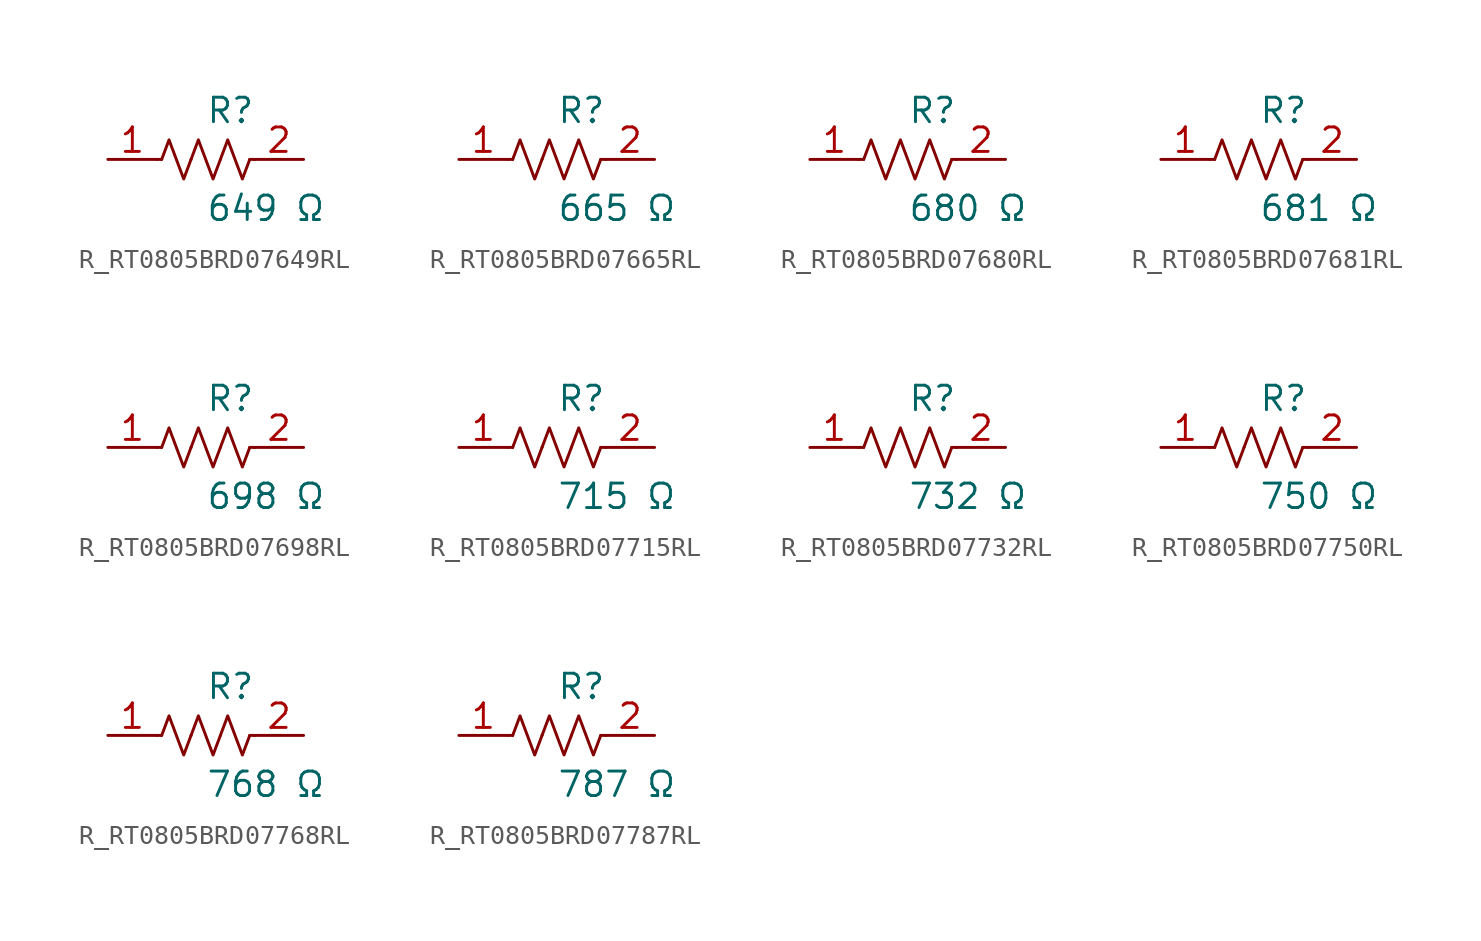
<source format=kicad_sym>
(kicad_symbol_lib
  (version 20231120)
  (generator kicad_symbol_editor)
  (generator_version 8.0)
  (symbol "R_RT0805BRD07649RL"
    (pin_names
      (offset 0.254))
    (property "Reference" "R"
      (at 0.0 2.54 0)
      (effects (font (size 1.27 1.27)) (justify left)))
    (property "Value" "649 Ω"
      (at 0.0 -2.54 0)
      (effects (font (size 1.27 1.27)) (justify left)))
    (symbol "R_RT0805BRD07649RL_0_1"
      (polyline (pts (xy 2.286 0) (xy 2.54 0)) (stroke (width 0) (type default)) (fill (type none)))
      (polyline (pts (xy -2.286 0) (xy -2.54 0)) (stroke (width 0) (type default)) (fill (type none)))
      (polyline (pts (xy 0.762 0) (xy 1.143 1.016) (xy 1.524 0) (xy 1.905 -1.016) (xy 2.286 0)) (stroke (width 0) (type default)) (fill (type none)))
      (polyline (pts (xy -0.762 0) (xy -0.381 1.016) (xy 0 0) (xy 0.381 -1.016) (xy 0.762 0)) (stroke (width 0) (type default)) (fill (type none)))
      (polyline (pts (xy -2.286 0) (xy -1.905 1.016) (xy -1.524 0) (xy -1.143 -1.016) (xy -0.762 0)) (stroke (width 0) (type default)) (fill (type none))))
    (pin unspecified line
      (at -5.08 0 0)
      (length 2.54)
      (name "" (effects (font (size 1.27 1.27))))
      (number "1" (effects (font (size 1.27 1.27)))))
    (pin unspecified line
      (at 5.08 0 180)
      (length 2.54)
      (name "" (effects (font (size 1.27 1.27))))
      (number "2" (effects (font (size 1.27 1.27))))))
  (symbol "R_RT0805BRD07665RL"
    (pin_names
      (offset 0.254))
    (property "Reference" "R"
      (at 0.0 2.54 0)
      (effects (font (size 1.27 1.27)) (justify left)))
    (property "Value" "665 Ω"
      (at 0.0 -2.54 0)
      (effects (font (size 1.27 1.27)) (justify left)))
    (symbol "R_RT0805BRD07665RL_0_1"
      (polyline (pts (xy 2.286 0) (xy 2.54 0)) (stroke (width 0) (type default)) (fill (type none)))
      (polyline (pts (xy -2.286 0) (xy -2.54 0)) (stroke (width 0) (type default)) (fill (type none)))
      (polyline (pts (xy 0.762 0) (xy 1.143 1.016) (xy 1.524 0) (xy 1.905 -1.016) (xy 2.286 0)) (stroke (width 0) (type default)) (fill (type none)))
      (polyline (pts (xy -0.762 0) (xy -0.381 1.016) (xy 0 0) (xy 0.381 -1.016) (xy 0.762 0)) (stroke (width 0) (type default)) (fill (type none)))
      (polyline (pts (xy -2.286 0) (xy -1.905 1.016) (xy -1.524 0) (xy -1.143 -1.016) (xy -0.762 0)) (stroke (width 0) (type default)) (fill (type none))))
    (pin unspecified line
      (at -5.08 0 0)
      (length 2.54)
      (name "" (effects (font (size 1.27 1.27))))
      (number "1" (effects (font (size 1.27 1.27)))))
    (pin unspecified line
      (at 5.08 0 180)
      (length 2.54)
      (name "" (effects (font (size 1.27 1.27))))
      (number "2" (effects (font (size 1.27 1.27))))))
  (symbol "R_RT0805BRD07680RL"
    (pin_names
      (offset 0.254))
    (property "Reference" "R"
      (at 0.0 2.54 0)
      (effects (font (size 1.27 1.27)) (justify left)))
    (property "Value" "680 Ω"
      (at 0.0 -2.54 0)
      (effects (font (size 1.27 1.27)) (justify left)))
    (symbol "R_RT0805BRD07680RL_0_1"
      (polyline (pts (xy 2.286 0) (xy 2.54 0)) (stroke (width 0) (type default)) (fill (type none)))
      (polyline (pts (xy -2.286 0) (xy -2.54 0)) (stroke (width 0) (type default)) (fill (type none)))
      (polyline (pts (xy 0.762 0) (xy 1.143 1.016) (xy 1.524 0) (xy 1.905 -1.016) (xy 2.286 0)) (stroke (width 0) (type default)) (fill (type none)))
      (polyline (pts (xy -0.762 0) (xy -0.381 1.016) (xy 0 0) (xy 0.381 -1.016) (xy 0.762 0)) (stroke (width 0) (type default)) (fill (type none)))
      (polyline (pts (xy -2.286 0) (xy -1.905 1.016) (xy -1.524 0) (xy -1.143 -1.016) (xy -0.762 0)) (stroke (width 0) (type default)) (fill (type none))))
    (pin unspecified line
      (at -5.08 0 0)
      (length 2.54)
      (name "" (effects (font (size 1.27 1.27))))
      (number "1" (effects (font (size 1.27 1.27)))))
    (pin unspecified line
      (at 5.08 0 180)
      (length 2.54)
      (name "" (effects (font (size 1.27 1.27))))
      (number "2" (effects (font (size 1.27 1.27))))))
  (symbol "R_RT0805BRD07681RL"
    (pin_names
      (offset 0.254))
    (property "Reference" "R"
      (at 0.0 2.54 0)
      (effects (font (size 1.27 1.27)) (justify left)))
    (property "Value" "681 Ω"
      (at 0.0 -2.54 0)
      (effects (font (size 1.27 1.27)) (justify left)))
    (symbol "R_RT0805BRD07681RL_0_1"
      (polyline (pts (xy 2.286 0) (xy 2.54 0)) (stroke (width 0) (type default)) (fill (type none)))
      (polyline (pts (xy -2.286 0) (xy -2.54 0)) (stroke (width 0) (type default)) (fill (type none)))
      (polyline (pts (xy 0.762 0) (xy 1.143 1.016) (xy 1.524 0) (xy 1.905 -1.016) (xy 2.286 0)) (stroke (width 0) (type default)) (fill (type none)))
      (polyline (pts (xy -0.762 0) (xy -0.381 1.016) (xy 0 0) (xy 0.381 -1.016) (xy 0.762 0)) (stroke (width 0) (type default)) (fill (type none)))
      (polyline (pts (xy -2.286 0) (xy -1.905 1.016) (xy -1.524 0) (xy -1.143 -1.016) (xy -0.762 0)) (stroke (width 0) (type default)) (fill (type none))))
    (pin unspecified line
      (at -5.08 0 0)
      (length 2.54)
      (name "" (effects (font (size 1.27 1.27))))
      (number "1" (effects (font (size 1.27 1.27)))))
    (pin unspecified line
      (at 5.08 0 180)
      (length 2.54)
      (name "" (effects (font (size 1.27 1.27))))
      (number "2" (effects (font (size 1.27 1.27))))))
  (symbol "R_RT0805BRD07698RL"
    (pin_names
      (offset 0.254))
    (property "Reference" "R"
      (at 0.0 2.54 0)
      (effects (font (size 1.27 1.27)) (justify left)))
    (property "Value" "698 Ω"
      (at 0.0 -2.54 0)
      (effects (font (size 1.27 1.27)) (justify left)))
    (symbol "R_RT0805BRD07698RL_0_1"
      (polyline (pts (xy 2.286 0) (xy 2.54 0)) (stroke (width 0) (type default)) (fill (type none)))
      (polyline (pts (xy -2.286 0) (xy -2.54 0)) (stroke (width 0) (type default)) (fill (type none)))
      (polyline (pts (xy 0.762 0) (xy 1.143 1.016) (xy 1.524 0) (xy 1.905 -1.016) (xy 2.286 0)) (stroke (width 0) (type default)) (fill (type none)))
      (polyline (pts (xy -0.762 0) (xy -0.381 1.016) (xy 0 0) (xy 0.381 -1.016) (xy 0.762 0)) (stroke (width 0) (type default)) (fill (type none)))
      (polyline (pts (xy -2.286 0) (xy -1.905 1.016) (xy -1.524 0) (xy -1.143 -1.016) (xy -0.762 0)) (stroke (width 0) (type default)) (fill (type none))))
    (pin unspecified line
      (at -5.08 0 0)
      (length 2.54)
      (name "" (effects (font (size 1.27 1.27))))
      (number "1" (effects (font (size 1.27 1.27)))))
    (pin unspecified line
      (at 5.08 0 180)
      (length 2.54)
      (name "" (effects (font (size 1.27 1.27))))
      (number "2" (effects (font (size 1.27 1.27))))))
  (symbol "R_RT0805BRD07715RL"
    (pin_names
      (offset 0.254))
    (property "Reference" "R"
      (at 0.0 2.54 0)
      (effects (font (size 1.27 1.27)) (justify left)))
    (property "Value" "715 Ω"
      (at 0.0 -2.54 0)
      (effects (font (size 1.27 1.27)) (justify left)))
    (symbol "R_RT0805BRD07715RL_0_1"
      (polyline (pts (xy 2.286 0) (xy 2.54 0)) (stroke (width 0) (type default)) (fill (type none)))
      (polyline (pts (xy -2.286 0) (xy -2.54 0)) (stroke (width 0) (type default)) (fill (type none)))
      (polyline (pts (xy 0.762 0) (xy 1.143 1.016) (xy 1.524 0) (xy 1.905 -1.016) (xy 2.286 0)) (stroke (width 0) (type default)) (fill (type none)))
      (polyline (pts (xy -0.762 0) (xy -0.381 1.016) (xy 0 0) (xy 0.381 -1.016) (xy 0.762 0)) (stroke (width 0) (type default)) (fill (type none)))
      (polyline (pts (xy -2.286 0) (xy -1.905 1.016) (xy -1.524 0) (xy -1.143 -1.016) (xy -0.762 0)) (stroke (width 0) (type default)) (fill (type none))))
    (pin unspecified line
      (at -5.08 0 0)
      (length 2.54)
      (name "" (effects (font (size 1.27 1.27))))
      (number "1" (effects (font (size 1.27 1.27)))))
    (pin unspecified line
      (at 5.08 0 180)
      (length 2.54)
      (name "" (effects (font (size 1.27 1.27))))
      (number "2" (effects (font (size 1.27 1.27))))))
  (symbol "R_RT0805BRD07732RL"
    (pin_names
      (offset 0.254))
    (property "Reference" "R"
      (at 0.0 2.54 0)
      (effects (font (size 1.27 1.27)) (justify left)))
    (property "Value" "732 Ω"
      (at 0.0 -2.54 0)
      (effects (font (size 1.27 1.27)) (justify left)))
    (symbol "R_RT0805BRD07732RL_0_1"
      (polyline (pts (xy 2.286 0) (xy 2.54 0)) (stroke (width 0) (type default)) (fill (type none)))
      (polyline (pts (xy -2.286 0) (xy -2.54 0)) (stroke (width 0) (type default)) (fill (type none)))
      (polyline (pts (xy 0.762 0) (xy 1.143 1.016) (xy 1.524 0) (xy 1.905 -1.016) (xy 2.286 0)) (stroke (width 0) (type default)) (fill (type none)))
      (polyline (pts (xy -0.762 0) (xy -0.381 1.016) (xy 0 0) (xy 0.381 -1.016) (xy 0.762 0)) (stroke (width 0) (type default)) (fill (type none)))
      (polyline (pts (xy -2.286 0) (xy -1.905 1.016) (xy -1.524 0) (xy -1.143 -1.016) (xy -0.762 0)) (stroke (width 0) (type default)) (fill (type none))))
    (pin unspecified line
      (at -5.08 0 0)
      (length 2.54)
      (name "" (effects (font (size 1.27 1.27))))
      (number "1" (effects (font (size 1.27 1.27)))))
    (pin unspecified line
      (at 5.08 0 180)
      (length 2.54)
      (name "" (effects (font (size 1.27 1.27))))
      (number "2" (effects (font (size 1.27 1.27))))))
  (symbol "R_RT0805BRD07750RL"
    (pin_names
      (offset 0.254))
    (property "Reference" "R"
      (at 0.0 2.54 0)
      (effects (font (size 1.27 1.27)) (justify left)))
    (property "Value" "750 Ω"
      (at 0.0 -2.54 0)
      (effects (font (size 1.27 1.27)) (justify left)))
    (symbol "R_RT0805BRD07750RL_0_1"
      (polyline (pts (xy 2.286 0) (xy 2.54 0)) (stroke (width 0) (type default)) (fill (type none)))
      (polyline (pts (xy -2.286 0) (xy -2.54 0)) (stroke (width 0) (type default)) (fill (type none)))
      (polyline (pts (xy 0.762 0) (xy 1.143 1.016) (xy 1.524 0) (xy 1.905 -1.016) (xy 2.286 0)) (stroke (width 0) (type default)) (fill (type none)))
      (polyline (pts (xy -0.762 0) (xy -0.381 1.016) (xy 0 0) (xy 0.381 -1.016) (xy 0.762 0)) (stroke (width 0) (type default)) (fill (type none)))
      (polyline (pts (xy -2.286 0) (xy -1.905 1.016) (xy -1.524 0) (xy -1.143 -1.016) (xy -0.762 0)) (stroke (width 0) (type default)) (fill (type none))))
    (pin unspecified line
      (at -5.08 0 0)
      (length 2.54)
      (name "" (effects (font (size 1.27 1.27))))
      (number "1" (effects (font (size 1.27 1.27)))))
    (pin unspecified line
      (at 5.08 0 180)
      (length 2.54)
      (name "" (effects (font (size 1.27 1.27))))
      (number "2" (effects (font (size 1.27 1.27))))))
  (symbol "R_RT0805BRD07768RL"
    (pin_names
      (offset 0.254))
    (property "Reference" "R"
      (at 0.0 2.54 0)
      (effects (font (size 1.27 1.27)) (justify left)))
    (property "Value" "768 Ω"
      (at 0.0 -2.54 0)
      (effects (font (size 1.27 1.27)) (justify left)))
    (symbol "R_RT0805BRD07768RL_0_1"
      (polyline (pts (xy 2.286 0) (xy 2.54 0)) (stroke (width 0) (type default)) (fill (type none)))
      (polyline (pts (xy -2.286 0) (xy -2.54 0)) (stroke (width 0) (type default)) (fill (type none)))
      (polyline (pts (xy 0.762 0) (xy 1.143 1.016) (xy 1.524 0) (xy 1.905 -1.016) (xy 2.286 0)) (stroke (width 0) (type default)) (fill (type none)))
      (polyline (pts (xy -0.762 0) (xy -0.381 1.016) (xy 0 0) (xy 0.381 -1.016) (xy 0.762 0)) (stroke (width 0) (type default)) (fill (type none)))
      (polyline (pts (xy -2.286 0) (xy -1.905 1.016) (xy -1.524 0) (xy -1.143 -1.016) (xy -0.762 0)) (stroke (width 0) (type default)) (fill (type none))))
    (pin unspecified line
      (at -5.08 0 0)
      (length 2.54)
      (name "" (effects (font (size 1.27 1.27))))
      (number "1" (effects (font (size 1.27 1.27)))))
    (pin unspecified line
      (at 5.08 0 180)
      (length 2.54)
      (name "" (effects (font (size 1.27 1.27))))
      (number "2" (effects (font (size 1.27 1.27))))))
  (symbol "R_RT0805BRD07787RL"
    (pin_names
      (offset 0.254))
    (property "Reference" "R"
      (at 0.0 2.54 0)
      (effects (font (size 1.27 1.27)) (justify left)))
    (property "Value" "787 Ω"
      (at 0.0 -2.54 0)
      (effects (font (size 1.27 1.27)) (justify left)))
    (symbol "R_RT0805BRD07787RL_0_1"
      (polyline (pts (xy 2.286 0) (xy 2.54 0)) (stroke (width 0) (type default)) (fill (type none)))
      (polyline (pts (xy -2.286 0) (xy -2.54 0)) (stroke (width 0) (type default)) (fill (type none)))
      (polyline (pts (xy 0.762 0) (xy 1.143 1.016) (xy 1.524 0) (xy 1.905 -1.016) (xy 2.286 0)) (stroke (width 0) (type default)) (fill (type none)))
      (polyline (pts (xy -0.762 0) (xy -0.381 1.016) (xy 0 0) (xy 0.381 -1.016) (xy 0.762 0)) (stroke (width 0) (type default)) (fill (type none)))
      (polyline (pts (xy -2.286 0) (xy -1.905 1.016) (xy -1.524 0) (xy -1.143 -1.016) (xy -0.762 0)) (stroke (width 0) (type default)) (fill (type none))))
    (pin unspecified line
      (at -5.08 0 0)
      (length 2.54)
      (name "" (effects (font (size 1.27 1.27))))
      (number "1" (effects (font (size 1.27 1.27)))))
    (pin unspecified line
      (at 5.08 0 180)
      (length 2.54)
      (name "" (effects (font (size 1.27 1.27))))
      (number "2" (effects (font (size 1.27 1.27)))))))
</source>
